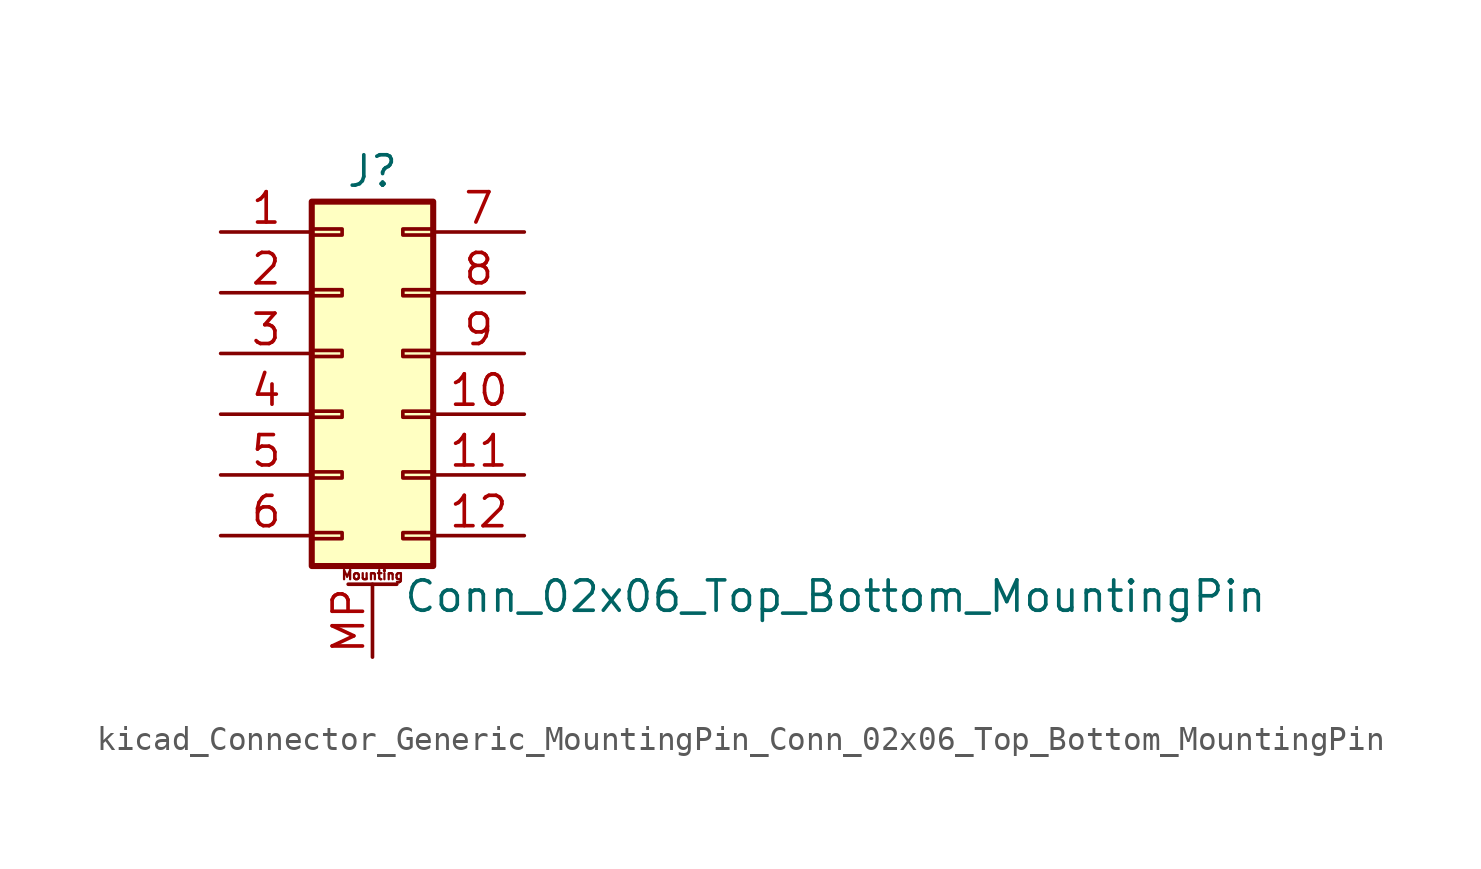
<source format=kicad_sym>
(kicad_symbol_lib
  (version 20220914)
  (generator kicad_symbol_editor)
  (symbol "kicad_Connector_Generic_MountingPin_Conn_02x06_Top_Bottom_MountingPin"
    (pin_names
      (offset 1.016) hide)
    (property "Reference" "J"
      (at 1.27 7.62 0)
      (effects (font (size 1.27 1.27))))
    (property "Value" "Conn_02x06_Top_Bottom_MountingPin"
      (at 2.54 -10.16 0)
      (effects (font (size 1.27 1.27)) (justify left)))
    (symbol "kicad_Connector_Generic_MountingPin_Conn_02x06_Top_Bottom_MountingPin_1_1"
      (rectangle (start -1.27 -7.493) (end 0 -7.747) (stroke (width 0.152) (type default)) (fill (type none)))
      (rectangle (start -1.27 -4.953) (end 0 -5.207) (stroke (width 0.152) (type default)) (fill (type none)))
      (rectangle (start -1.27 -2.413) (end 0 -2.667) (stroke (width 0.152) (type default)) (fill (type none)))
      (rectangle (start -1.27 0.127) (end 0 -0.127) (stroke (width 0.152) (type default)) (fill (type none)))
      (rectangle (start -1.27 2.667) (end 0 2.413) (stroke (width 0.152) (type default)) (fill (type none)))
      (rectangle (start -1.27 5.207) (end 0 4.953) (stroke (width 0.152) (type default)) (fill (type none)))
      (rectangle (start -1.27 6.35) (end 3.81 -8.89) (stroke (width 0.254) (type default)) (fill (type background)))
      (polyline (pts (xy 0.254 -9.652) (xy 2.286 -9.652)) (stroke (width 0.152) (type default)) (fill (type none)))
      (rectangle (start 3.81 -7.493) (end 2.54 -7.747) (stroke (width 0.152) (type default)) (fill (type none)))
      (rectangle (start 3.81 -4.953) (end 2.54 -5.207) (stroke (width 0.152) (type default)) (fill (type none)))
      (rectangle (start 3.81 -2.413) (end 2.54 -2.667) (stroke (width 0.152) (type default)) (fill (type none)))
      (rectangle (start 3.81 0.127) (end 2.54 -0.127) (stroke (width 0.152) (type default)) (fill (type none)))
      (rectangle (start 3.81 2.667) (end 2.54 2.413) (stroke (width 0.152) (type default)) (fill (type none)))
      (rectangle (start 3.81 5.207) (end 2.54 4.953) (stroke (width 0.152) (type default)) (fill (type none)))
      (text "Mounting" (at 1.27 -9.271 0) (effects (font (size 0.381 0.381))))
      (pin passive line (at -5.08 5.08 0) (length 3.81) (name "Pin_1" (effects (font (size 1.27 1.27)))) (number "1" (effects (font (size 1.27 1.27)))))
      (pin passive line (at 7.62 -2.54 180) (length 3.81) (name "Pin_10" (effects (font (size 1.27 1.27)))) (number "10" (effects (font (size 1.27 1.27)))))
      (pin passive line (at 7.62 -5.08 180) (length 3.81) (name "Pin_11" (effects (font (size 1.27 1.27)))) (number "11" (effects (font (size 1.27 1.27)))))
      (pin passive line (at 7.62 -7.62 180) (length 3.81) (name "Pin_12" (effects (font (size 1.27 1.27)))) (number "12" (effects (font (size 1.27 1.27)))))
      (pin passive line (at -5.08 2.54 0) (length 3.81) (name "Pin_2" (effects (font (size 1.27 1.27)))) (number "2" (effects (font (size 1.27 1.27)))))
      (pin passive line (at -5.08 0 0) (length 3.81) (name "Pin_3" (effects (font (size 1.27 1.27)))) (number "3" (effects (font (size 1.27 1.27)))))
      (pin passive line (at -5.08 -2.54 0) (length 3.81) (name "Pin_4" (effects (font (size 1.27 1.27)))) (number "4" (effects (font (size 1.27 1.27)))))
      (pin passive line (at -5.08 -5.08 0) (length 3.81) (name "Pin_5" (effects (font (size 1.27 1.27)))) (number "5" (effects (font (size 1.27 1.27)))))
      (pin passive line (at -5.08 -7.62 0) (length 3.81) (name "Pin_6" (effects (font (size 1.27 1.27)))) (number "6" (effects (font (size 1.27 1.27)))))
      (pin passive line (at 7.62 5.08 180) (length 3.81) (name "Pin_7" (effects (font (size 1.27 1.27)))) (number "7" (effects (font (size 1.27 1.27)))))
      (pin passive line (at 7.62 2.54 180) (length 3.81) (name "Pin_8" (effects (font (size 1.27 1.27)))) (number "8" (effects (font (size 1.27 1.27)))))
      (pin passive line (at 7.62 0 180) (length 3.81) (name "Pin_9" (effects (font (size 1.27 1.27)))) (number "9" (effects (font (size 1.27 1.27)))))
      (pin passive line (at 1.27 -12.7 90) (length 3.048) (name "MountPin" (effects (font (size 1.27 1.27)))) (number "MP" (effects (font (size 1.27 1.27))))))))
</source>
